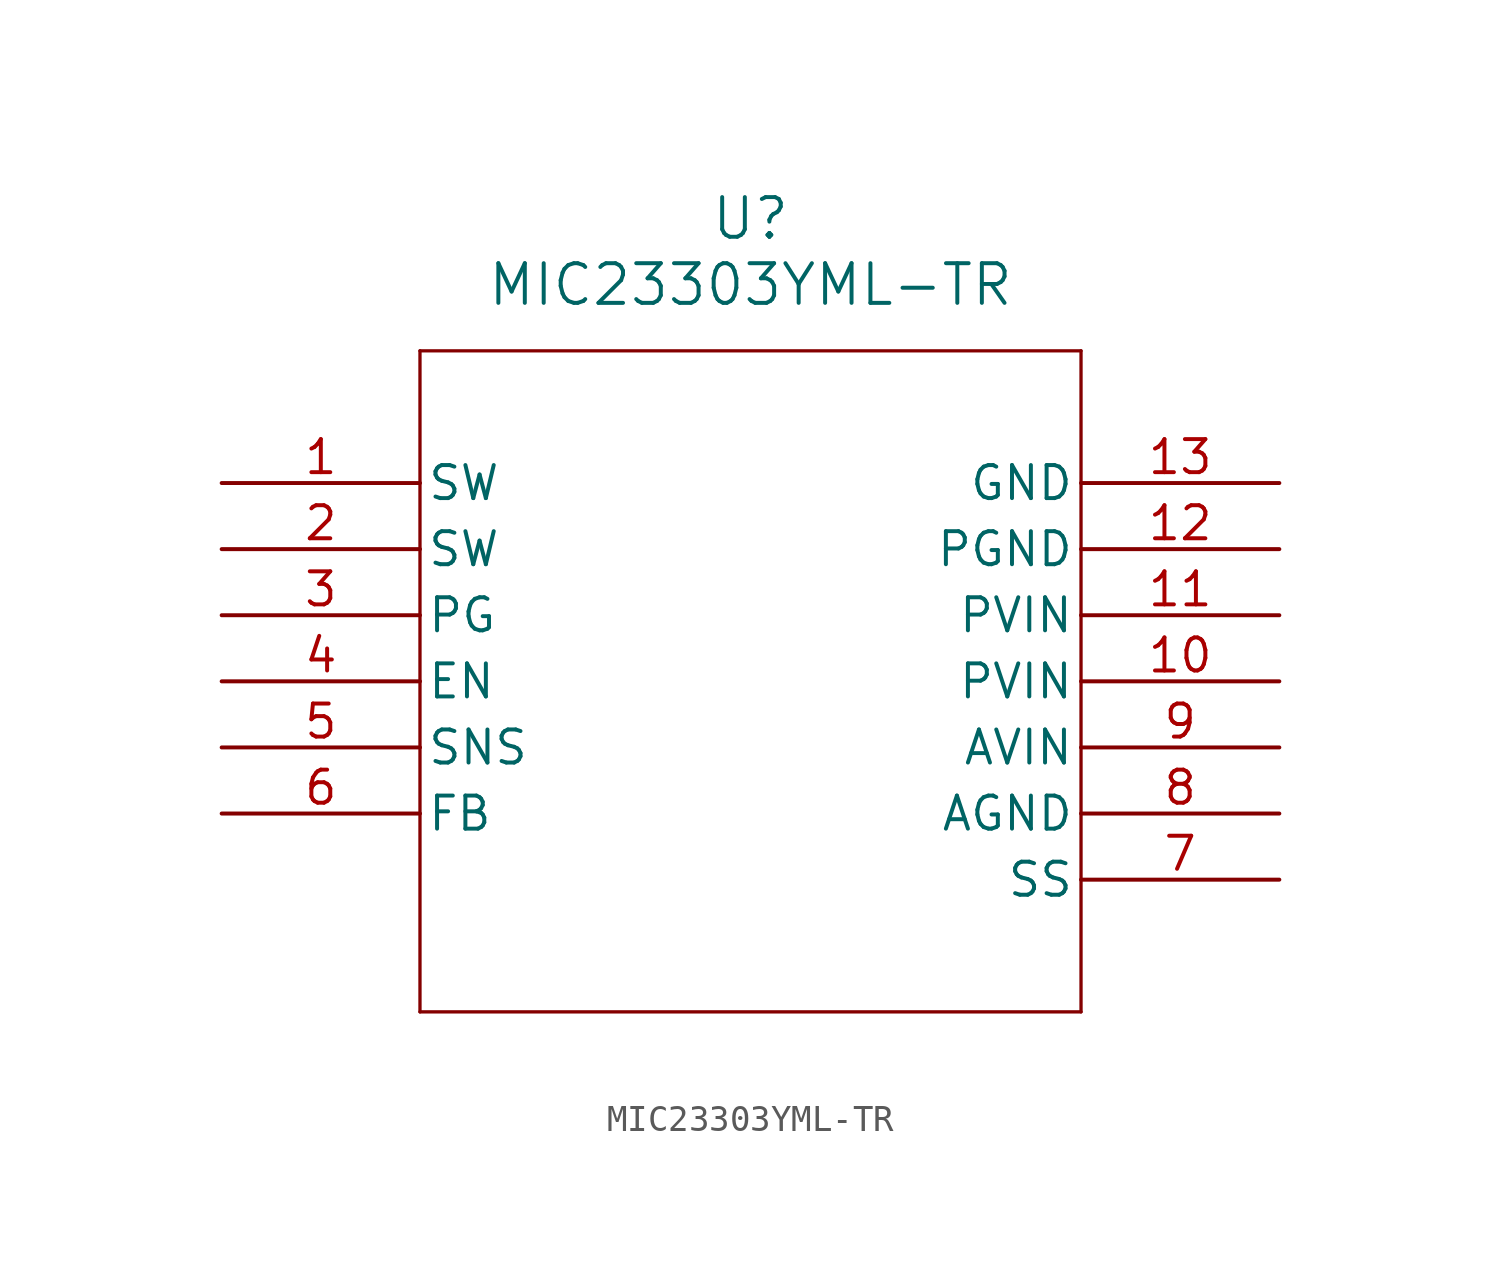
<source format=kicad_sym>
(kicad_symbol_lib
  (version 20211014)
  (generator kicad_symbol_editor)
  (symbol "MIC23303YML-TR"
    (pin_names
      (offset 0.254))
    (property "Reference" "U"
      (at 20.32 10.16 0)
      (effects (font (size 1.524 1.524))))
    (property "Value" "MIC23303YML-TR"
      (at 20.32 7.62 0)
      (effects (font (size 1.524 1.524))))
    (symbol "MIC23303YML-TR_0_1"
      (polyline (pts (xy 7.62 5.08) (xy 7.62 -20.32)) (stroke (width 0.127) (type default) (color 0 0 0 0)) (fill (type none)))
      (polyline (pts (xy 7.62 -20.32) (xy 33.02 -20.32)) (stroke (width 0.127) (type default) (color 0 0 0 0)) (fill (type none)))
      (polyline (pts (xy 33.02 -20.32) (xy 33.02 5.08)) (stroke (width 0.127) (type default) (color 0 0 0 0)) (fill (type none)))
      (polyline (pts (xy 33.02 5.08) (xy 7.62 5.08)) (stroke (width 0.127) (type default) (color 0 0 0 0)) (fill (type none)))
      (pin output line (at 0 0 0) (length 7.62) (name "SW" (effects (font (size 1.27 1.27)))) (number "1" (effects (font (size 1.27 1.27)))))
      (pin output line (at 0 -2.54 0) (length 7.62) (name "SW" (effects (font (size 1.27 1.27)))) (number "2" (effects (font (size 1.27 1.27)))))
      (pin output line (at 0 -5.08 0) (length 7.62) (name "PG" (effects (font (size 1.27 1.27)))) (number "3" (effects (font (size 1.27 1.27)))))
      (pin input line (at 0 -7.62 0) (length 7.62) (name "EN" (effects (font (size 1.27 1.27)))) (number "4" (effects (font (size 1.27 1.27)))))
      (pin unspecified line (at 0 -10.16 0) (length 7.62) (name "SNS" (effects (font (size 1.27 1.27)))) (number "5" (effects (font (size 1.27 1.27)))))
      (pin input line (at 0 -12.7 0) (length 7.62) (name "FB" (effects (font (size 1.27 1.27)))) (number "6" (effects (font (size 1.27 1.27)))))
      (pin input line (at 40.64 -15.24 180) (length 7.62) (name "SS" (effects (font (size 1.27 1.27)))) (number "7" (effects (font (size 1.27 1.27)))))
      (pin power_out line (at 40.64 -12.7 180) (length 7.62) (name "AGND" (effects (font (size 1.27 1.27)))) (number "8" (effects (font (size 1.27 1.27)))))
      (pin power_in line (at 40.64 -10.16 180) (length 7.62) (name "AVIN" (effects (font (size 1.27 1.27)))) (number "9" (effects (font (size 1.27 1.27)))))
      (pin power_in line (at 40.64 -7.62 180) (length 7.62) (name "PVIN" (effects (font (size 1.27 1.27)))) (number "10" (effects (font (size 1.27 1.27)))))
      (pin power_in line (at 40.64 -5.08 180) (length 7.62) (name "PVIN" (effects (font (size 1.27 1.27)))) (number "11" (effects (font (size 1.27 1.27)))))
      (pin power_out line (at 40.64 -2.54 180) (length 7.62) (name "PGND" (effects (font (size 1.27 1.27)))) (number "12" (effects (font (size 1.27 1.27)))))
      (pin power_out line (at 40.64 0 180) (length 7.62) (name "GND" (effects (font (size 1.27 1.27)))) (number "13" (effects (font (size 1.27 1.27))))))))
</source>
